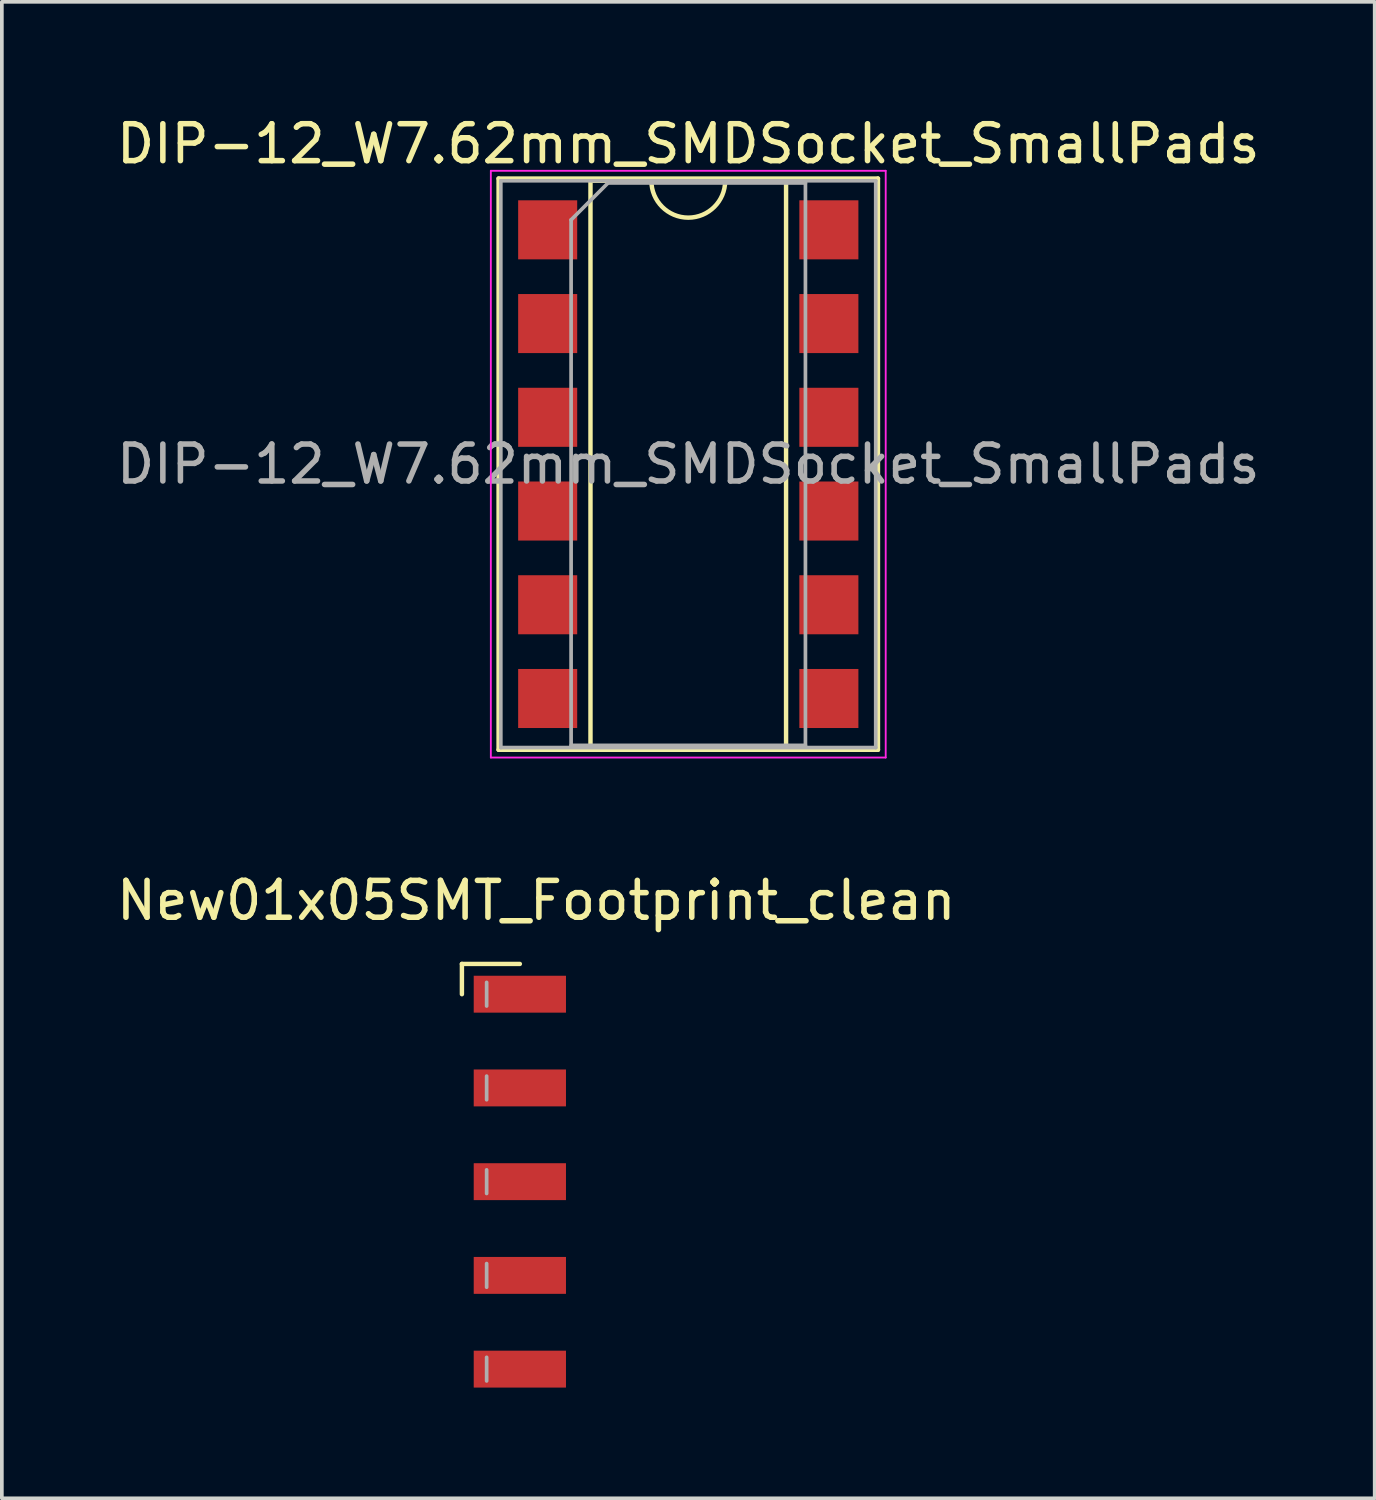
<source format=kicad_pcb>
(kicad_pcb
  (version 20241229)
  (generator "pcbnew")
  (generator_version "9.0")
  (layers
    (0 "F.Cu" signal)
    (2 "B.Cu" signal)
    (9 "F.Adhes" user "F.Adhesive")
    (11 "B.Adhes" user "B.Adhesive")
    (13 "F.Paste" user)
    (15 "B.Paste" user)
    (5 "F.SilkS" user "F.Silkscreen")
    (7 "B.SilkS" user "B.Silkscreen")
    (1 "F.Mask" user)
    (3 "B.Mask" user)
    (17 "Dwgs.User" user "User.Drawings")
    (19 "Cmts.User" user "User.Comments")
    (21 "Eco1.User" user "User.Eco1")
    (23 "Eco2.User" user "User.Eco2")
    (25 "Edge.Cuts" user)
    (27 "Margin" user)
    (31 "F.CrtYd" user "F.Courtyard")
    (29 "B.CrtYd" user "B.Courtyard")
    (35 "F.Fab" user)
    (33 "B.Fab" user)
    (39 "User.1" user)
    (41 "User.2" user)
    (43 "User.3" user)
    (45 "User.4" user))
  (footprint "DIP-12_W7.62mm_SMDSocket_SmallPads"
    (layer "F.Cu")
    (at 15.601 9.528)
    (property "Reference" "DIP-12_W7.62mm_SMDSocket_SmallPads" (at 0 -8.68 0) (layer "F.SilkS") (effects (font (size 1 1) (thickness 0.15))))
    (attr smd)
    (fp_line (start -5.14 -7.74) (end -5.14 7.74) (stroke (width 0.12) (type solid)) (layer "F.SilkS"))
    (fp_line (start -5.14 7.74) (end 5.14 7.74) (stroke (width 0.12) (type solid)) (layer "F.SilkS"))
    (fp_line (start -2.65 -7.68) (end -2.65 7.68) (stroke (width 0.12) (type solid)) (layer "F.SilkS"))
    (fp_line (start -2.65 7.68) (end 2.65 7.68) (stroke (width 0.12) (type solid)) (layer "F.SilkS"))
    (fp_line (start -1 -7.68) (end -2.65 -7.68) (stroke (width 0.12) (type solid)) (layer "F.SilkS"))
    (fp_line (start 2.65 -7.68) (end 1 -7.68) (stroke (width 0.12) (type solid)) (layer "F.SilkS"))
    (fp_line (start 2.65 7.68) (end 2.65 -7.68) (stroke (width 0.12) (type solid)) (layer "F.SilkS"))
    (fp_line (start 5.14 -7.74) (end -5.14 -7.74) (stroke (width 0.12) (type solid)) (layer "F.SilkS"))
    (fp_line (start 5.14 7.74) (end 5.14 -7.74) (stroke (width 0.12) (type solid)) (layer "F.SilkS"))
    (fp_arc (start 1 -7.68) (mid 0 -6.68) (end -1 -7.68) (stroke (width 0.12) (type solid)) (layer "F.SilkS"))
    (fp_line (start -5.35 -7.95) (end -5.35 7.95) (stroke (width 0.05) (type solid)) (layer "F.CrtYd"))
    (fp_line (start -5.35 7.95) (end 5.35 7.95) (stroke (width 0.05) (type solid)) (layer "F.CrtYd"))
    (fp_line (start 5.35 -7.95) (end -5.35 -7.95) (stroke (width 0.05) (type solid)) (layer "F.CrtYd"))
    (fp_line (start 5.35 7.95) (end 5.35 -7.95) (stroke (width 0.05) (type solid)) (layer "F.CrtYd"))
    (fp_line (start -5.08 -7.68) (end -5.08 7.68) (stroke (width 0.1) (type solid)) (layer "F.Fab"))
    (fp_line (start -5.08 7.68) (end 5.08 7.68) (stroke (width 0.1) (type solid)) (layer "F.Fab"))
    (fp_line (start -3.175 -6.62) (end -2.175 -7.62) (stroke (width 0.1) (type solid)) (layer "F.Fab"))
    (fp_line (start -3.175 7.62) (end -3.175 -6.62) (stroke (width 0.1) (type solid)) (layer "F.Fab"))
    (fp_line (start -2.175 -7.62) (end 3.175 -7.62) (stroke (width 0.1) (type solid)) (layer "F.Fab"))
    (fp_line (start 3.175 -7.62) (end 3.175 7.62) (stroke (width 0.1) (type solid)) (layer "F.Fab"))
    (fp_line (start 3.175 7.62) (end -3.175 7.62) (stroke (width 0.1) (type solid)) (layer "F.Fab"))
    (fp_line (start 5.08 -7.68) (end -5.08 -7.68) (stroke (width 0.1) (type solid)) (layer "F.Fab"))
    (fp_line (start 5.08 7.68) (end 5.08 -7.68) (stroke (width 0.1) (type solid)) (layer "F.Fab"))
    (fp_text user "${REFERENCE}" (at 0 0 0) (layer "F.Fab") (effects (font (size 1 1) (thickness 0.15))))
    (pad "1" smd rect (at -3.81 -6.35) (size 1.6 1.6) (layers "F.Cu" "F.Mask" "F.Paste"))
    (pad "2" smd rect (at -3.81 -3.81) (size 1.6 1.6) (layers "F.Cu" "F.Mask" "F.Paste"))
    (pad "3" smd rect (at -3.81 -1.27) (size 1.6 1.6) (layers "F.Cu" "F.Mask" "F.Paste"))
    (pad "4" smd rect (at -3.81 1.27) (size 1.6 1.6) (layers "F.Cu" "F.Mask" "F.Paste"))
    (pad "5" smd rect (at -3.81 3.81) (size 1.6 1.6) (layers "F.Cu" "F.Mask" "F.Paste"))
    (pad "6" smd rect (at -3.81 6.35) (size 1.6 1.6) (layers "F.Cu" "F.Mask" "F.Paste"))
    (pad "7" smd rect (at 3.81 6.35) (size 1.6 1.6) (layers "F.Cu" "F.Mask" "F.Paste"))
    (pad "8" smd rect (at 3.81 3.81) (size 1.6 1.6) (layers "F.Cu" "F.Mask" "F.Paste"))
    (pad "9" smd rect (at 3.81 1.27) (size 1.6 1.6) (layers "F.Cu" "F.Mask" "F.Paste"))
    (pad "10" smd rect (at 3.81 -1.27) (size 1.6 1.6) (layers "F.Cu" "F.Mask" "F.Paste"))
    (pad "11" smd rect (at 3.81 -3.81) (size 1.6 1.6) (layers "F.Cu" "F.Mask" "F.Paste"))
    (pad "12" smd rect (at 3.81 -6.35) (size 1.6 1.6) (layers "F.Cu" "F.Mask" "F.Paste")))
  (footprint "New01x05SMT_Footprint_clean"
    (layer "F.Cu")
    (at 11.482 28.971)
    (property "Reference" "New01x05SMT_Footprint_clean" (at 0 -7.62 0) (layer "F.SilkS") (effects (font (size 1 1) (thickness 0.15))))
    (attr smd)
    (fp_line (start -2.015 -5.9) (end -0.445 -5.9) (stroke (width 0.12) (type solid)) (layer "F.SilkS"))
    (fp_line (start -2.015 -5.08) (end -2.015 -5.9) (stroke (width 0.12) (type solid)) (layer "F.SilkS"))
    (fp_line (start -1.345 -5.4) (end -1.345 -4.76) (stroke (width 0.1) (type solid)) (layer "F.Fab"))
    (fp_line (start -1.345 -2.86) (end -1.345 -2.22) (stroke (width 0.1) (type solid)) (layer "F.Fab"))
    (fp_line (start -1.345 -0.32) (end -1.345 0.32) (stroke (width 0.1) (type solid)) (layer "F.Fab"))
    (fp_line (start -1.345 2.22) (end -1.345 2.86) (stroke (width 0.1) (type solid)) (layer "F.Fab"))
    (fp_line (start -1.345 4.76) (end -1.345 5.4) (stroke (width 0.1) (type solid)) (layer "F.Fab"))
    (pad "1" smd rect (at -0.445 -5.08) (size 2.5 1) (layers "F.Cu" "F.Mask" "F.Paste"))
    (pad "2" smd rect (at -0.445 -2.54) (size 2.5 1) (layers "F.Cu" "F.Mask" "F.Paste"))
    (pad "3" smd rect (at -0.445 0) (size 2.5 1) (layers "F.Cu" "F.Mask" "F.Paste"))
    (pad "4" smd rect (at -0.445 2.54) (size 2.5 1) (layers "F.Cu" "F.Mask" "F.Paste"))
    (pad "5" smd rect (at -0.445 5.08) (size 2.5 1) (layers "F.Cu" "F.Mask" "F.Paste")))
  (gr_rect
    (start -3 -3)
    (end 34.202 37.551)
    (stroke (width 0.1) (type default))
    (fill no)
    (layer "Edge.Cuts")))
</source>
